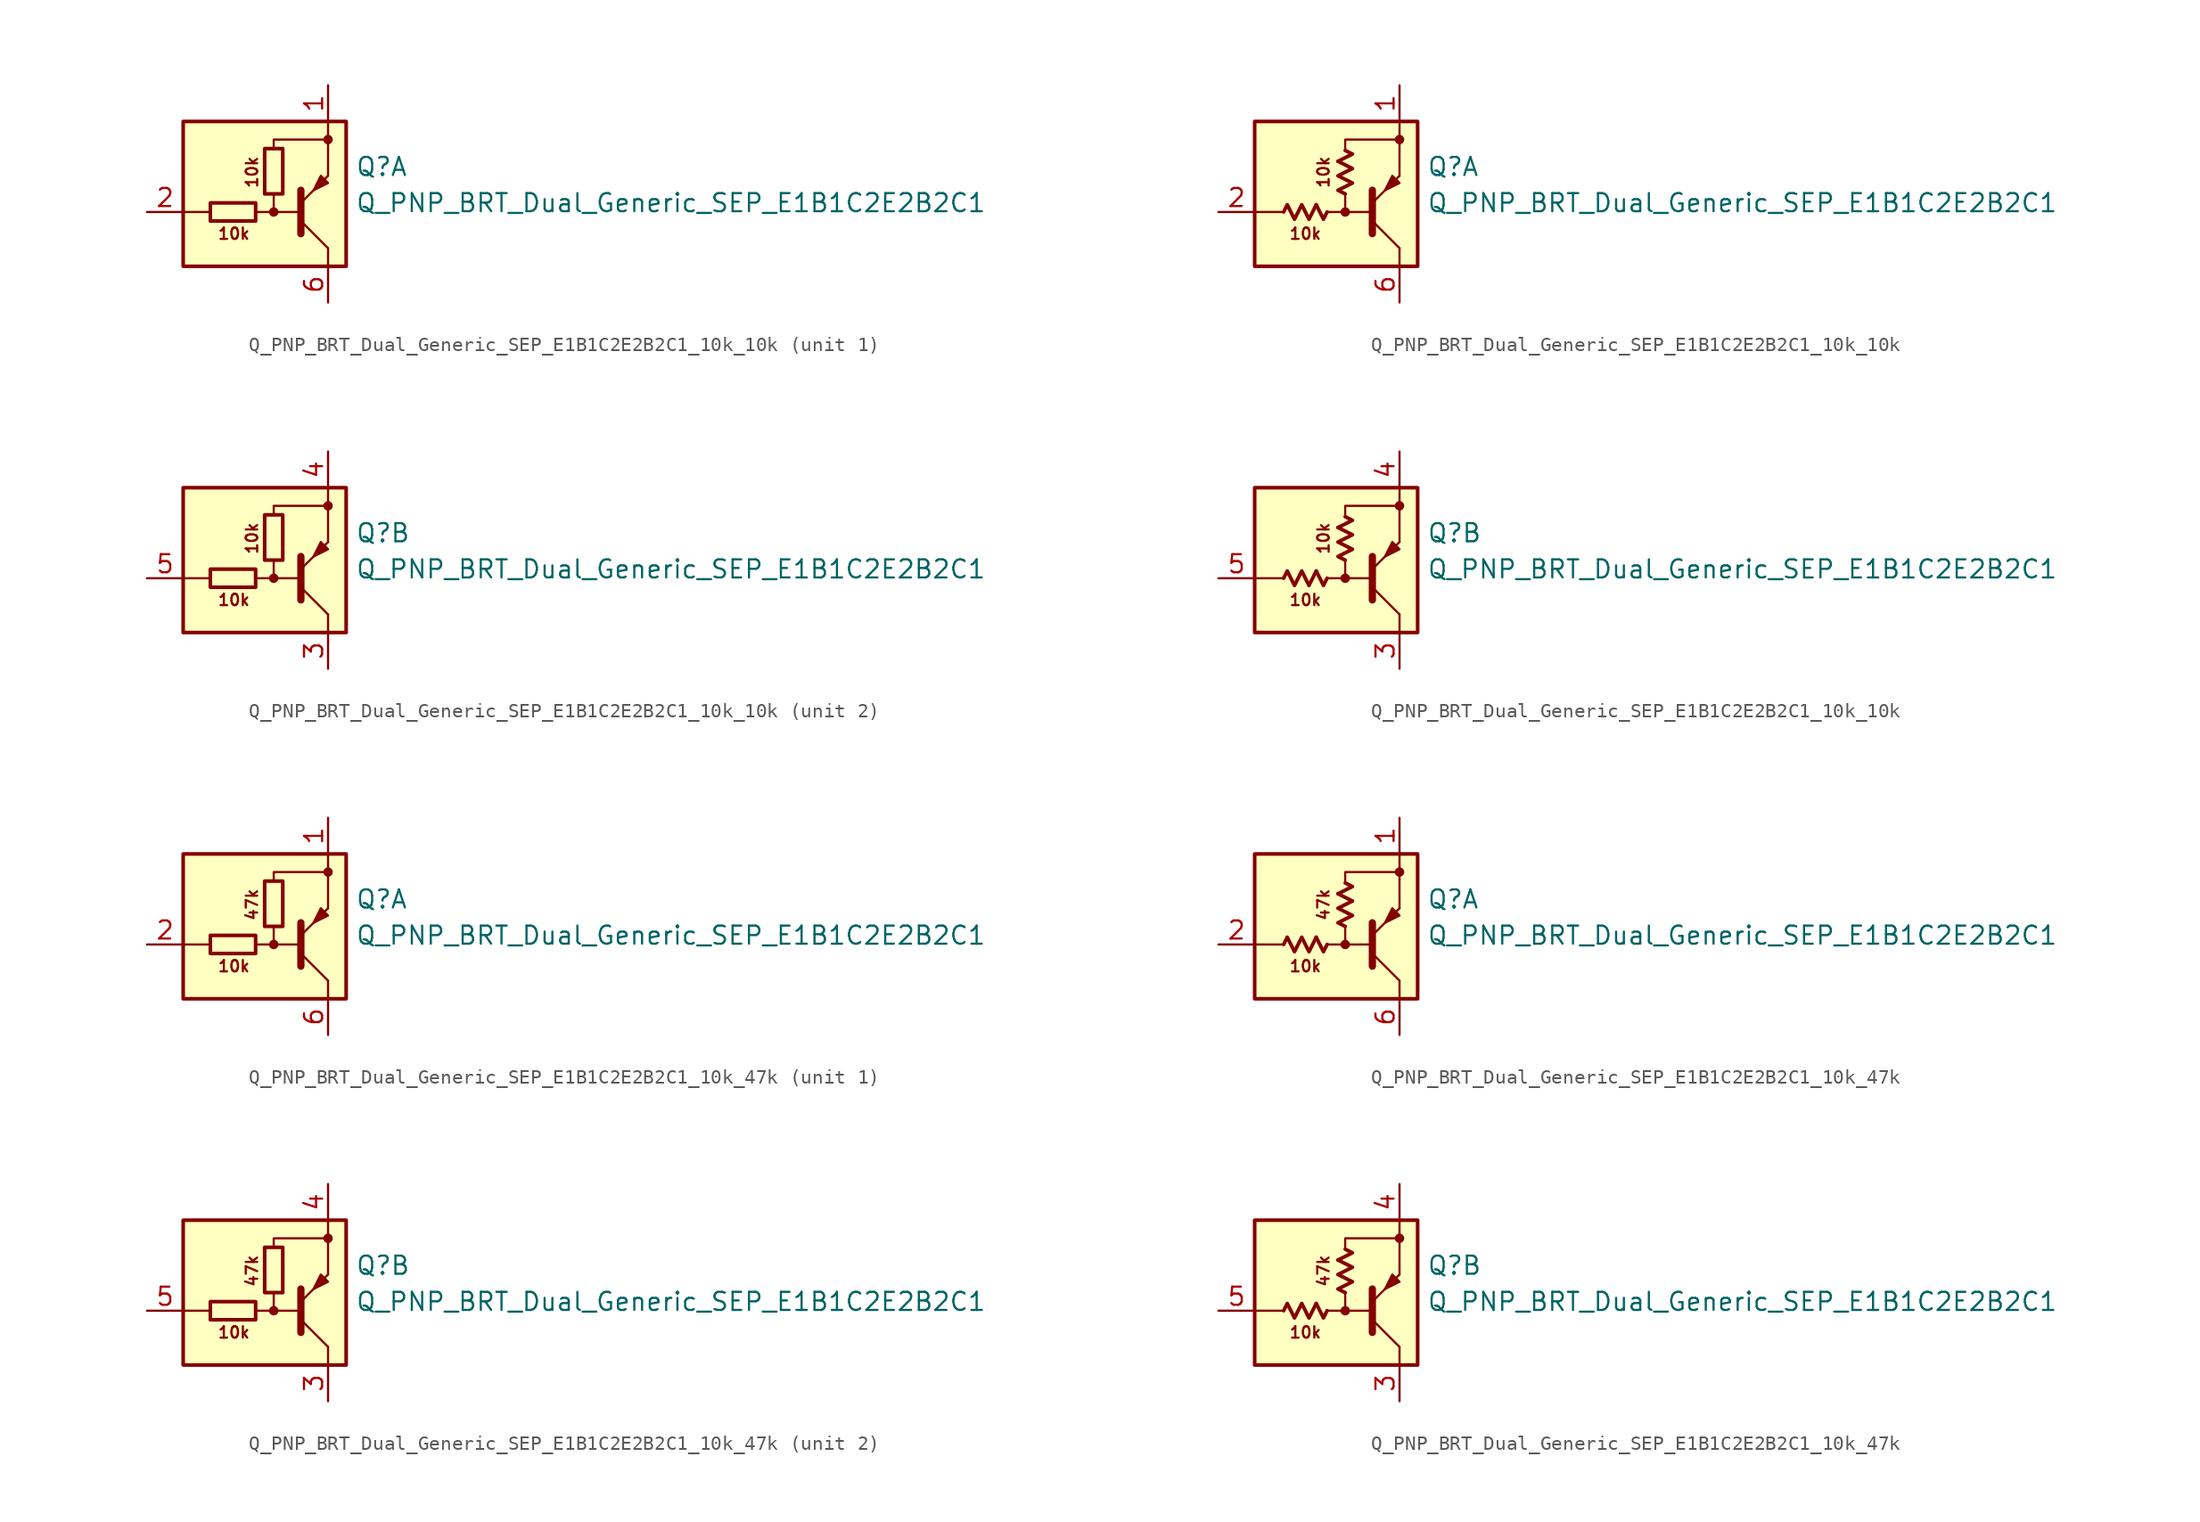
<source format=kicad_sym>
(kicad_symbol_lib
  (version 20220914)
  (generator kicad_symbol_editor)
  (symbol "Q_PNP_BRT_Dual_Generic_SEP_E1B1C2E2B2C1_10k_10k"
    (pin_names
      (offset 1.016) hide)
    (property "Reference" "Q"
      (at 5.715 1.905 0)
      (effects (font (size 1.27 1.27)) (justify left)))
    (property "Value" "Q_PNP_BRT_Dual_Generic_SEP_E1B1C2E2B2C1"
      (at 5.715 -0.635 0)
      (effects (font (size 1.27 1.27)) (justify left)))
    (property "ki_locked" ""
      (at 0 0 0)
      (effects (font (size 1.27 1.27))))
    (symbol "Q_PNP_BRT_Dual_Generic_SEP_E1B1C2E2B2C1_10k_10k_0_2"
      (polyline (pts (xy -2.032 -0.762) (xy -1.524 -1.778) (xy -1.27 -1.27)) (stroke (width 0.254) (type default)) (fill (type none)))
      (polyline (pts (xy -0.508 2.286) (xy 0.508 2.794) (xy 0 3.048)) (stroke (width 0.254) (type default)) (fill (type none)))
      (polyline (pts (xy -4.318 -1.27) (xy -4.064 -0.762) (xy -3.556 -1.778) (xy -3.048 -0.762) (xy -2.54 -1.778) (xy -2.032 -0.762)) (stroke (width 0.254) (type default)) (fill (type none)))
      (polyline (pts (xy 0 0) (xy -0.508 0.254) (xy 0.508 0.762) (xy -0.508 1.27) (xy 0.508 1.778) (xy -0.508 2.286)) (stroke (width 0.254) (type default)) (fill (type none))))
    (symbol "Q_PNP_BRT_Dual_Generic_SEP_E1B1C2E2B2C1_10k_10k_1_0"
      (rectangle (start -6.35 5.08) (end 5.08 -5.08) (stroke (width 0.254) (type default)) (fill (type background)))
      (circle (center 0 -1.27) (radius 0.254) (stroke (width 0) (type default)) (fill (type outline)))
      (polyline (pts (xy -4.445 -1.27) (xy -6.35 -1.27)) (stroke (width 0) (type default)) (fill (type none)))
      (polyline (pts (xy -0.254 -1.27) (xy 1.905 -1.27)) (stroke (width 0) (type default)) (fill (type none)))
      (polyline (pts (xy 1.905 -2.794) (xy 1.905 0.254)) (stroke (width 0.508) (type default)) (fill (type none)))
      (polyline (pts (xy 1.905 -1.905) (xy 3.81 -3.81)) (stroke (width 0) (type default)) (fill (type none)))
      (polyline (pts (xy 3.81 -3.81) (xy 3.81 -5.08)) (stroke (width 0) (type default)) (fill (type none)))
      (polyline (pts (xy 3.81 3.81) (xy 3.81 1.27)) (stroke (width 0) (type default)) (fill (type none)))
      (polyline (pts (xy 3.81 3.81) (xy 3.81 5.08)) (stroke (width 0) (type default)) (fill (type none)))
      (polyline (pts (xy -1.27 -1.27) (xy 0 -1.27) (xy 0 0)) (stroke (width 0) (type default)) (fill (type none)))
      (polyline (pts (xy 0 3.175) (xy 0 3.81) (xy 3.81 3.81)) (stroke (width 0) (type default)) (fill (type none)))
      (polyline (pts (xy 1.905 -0.635) (xy 3.81 1.27) (xy 3.81 1.27)) (stroke (width 0) (type default)) (fill (type none)))
      (polyline (pts (xy 3.81 0.762) (xy 3.302 1.27) (xy 2.794 0.254) (xy 3.81 0.762) (xy 3.81 0.762)) (stroke (width 0) (type default)) (fill (type outline)))
      (circle (center 3.81 3.81) (radius 0.254) (stroke (width 0) (type default)) (fill (type outline)))
      (text "10k" (at -2.794 -2.794 0) (effects (font (size 0.8 0.8))))
      (text "10k" (at -1.524 1.524 900) (effects (font (size 0.8 0.8)))))
    (symbol "Q_PNP_BRT_Dual_Generic_SEP_E1B1C2E2B2C1_10k_10k_1_1"
      (rectangle (start -1.27 -0.635) (end -4.445 -1.905) (stroke (width 0.254) (type default)) (fill (type none)))
      (rectangle (start 0.635 3.175) (end -0.635 0) (stroke (width 0.254) (type default)) (fill (type none)))
      (pin passive line (at 3.81 7.62 270) (length 2.54) (name "E1" (effects (font (size 1.27 1.27)))) (number "1" (effects (font (size 1.27 1.27)))))
      (pin input line (at -8.89 -1.27 0) (length 2.54) (name "B1" (effects (font (size 1.27 1.27)))) (number "2" (effects (font (size 1.27 1.27)))))
      (pin passive line (at 3.81 -7.62 90) (length 2.54) (name "C1" (effects (font (size 1.27 1.27)))) (number "6" (effects (font (size 1.27 1.27))))))
    (symbol "Q_PNP_BRT_Dual_Generic_SEP_E1B1C2E2B2C1_10k_10k_1_2"
      (pin passive line (at 3.81 7.62 270) (length 2.54) (name "E1" (effects (font (size 1.27 1.27)))) (number "1" (effects (font (size 1.27 1.27)))))
      (pin input line (at -8.89 -1.27 0) (length 2.54) (name "B1" (effects (font (size 1.27 1.27)))) (number "2" (effects (font (size 1.27 1.27)))))
      (pin passive line (at 3.81 -7.62 90) (length 2.54) (name "C1" (effects (font (size 1.27 1.27)))) (number "6" (effects (font (size 1.27 1.27))))))
    (symbol "Q_PNP_BRT_Dual_Generic_SEP_E1B1C2E2B2C1_10k_10k_2_0"
      (rectangle (start -6.35 5.08) (end 5.08 -5.08) (stroke (width 0.254) (type default)) (fill (type background)))
      (circle (center 0 -1.27) (radius 0.254) (stroke (width 0) (type default)) (fill (type outline)))
      (polyline (pts (xy -4.445 -1.27) (xy -6.35 -1.27)) (stroke (width 0) (type default)) (fill (type none)))
      (polyline (pts (xy -0.254 -1.27) (xy 1.905 -1.27)) (stroke (width 0) (type default)) (fill (type none)))
      (polyline (pts (xy 1.905 -2.794) (xy 1.905 0.254)) (stroke (width 0.508) (type default)) (fill (type none)))
      (polyline (pts (xy 1.905 -1.905) (xy 3.81 -3.81)) (stroke (width 0) (type default)) (fill (type none)))
      (polyline (pts (xy 3.81 -3.81) (xy 3.81 -5.08)) (stroke (width 0) (type default)) (fill (type none)))
      (polyline (pts (xy 3.81 3.81) (xy 3.81 1.27)) (stroke (width 0) (type default)) (fill (type none)))
      (polyline (pts (xy 3.81 3.81) (xy 3.81 5.08)) (stroke (width 0) (type default)) (fill (type none)))
      (polyline (pts (xy -1.27 -1.27) (xy 0 -1.27) (xy 0 0)) (stroke (width 0) (type default)) (fill (type none)))
      (polyline (pts (xy 0 3.175) (xy 0 3.81) (xy 3.81 3.81)) (stroke (width 0) (type default)) (fill (type none)))
      (polyline (pts (xy 1.905 -0.635) (xy 3.81 1.27) (xy 3.81 1.27)) (stroke (width 0) (type default)) (fill (type none)))
      (polyline (pts (xy 3.81 0.762) (xy 3.302 1.27) (xy 2.794 0.254) (xy 3.81 0.762) (xy 3.81 0.762)) (stroke (width 0) (type default)) (fill (type outline)))
      (circle (center 3.81 3.81) (radius 0.254) (stroke (width 0) (type default)) (fill (type outline)))
      (text "10k" (at -2.794 -2.794 0) (effects (font (size 0.8 0.8))))
      (text "10k" (at -1.524 1.524 900) (effects (font (size 0.8 0.8)))))
    (symbol "Q_PNP_BRT_Dual_Generic_SEP_E1B1C2E2B2C1_10k_10k_2_1"
      (rectangle (start -1.27 -0.635) (end -4.445 -1.905) (stroke (width 0.254) (type default)) (fill (type none)))
      (rectangle (start 0.635 3.175) (end -0.635 0) (stroke (width 0.254) (type default)) (fill (type none)))
      (pin passive line (at 3.81 -7.62 90) (length 2.54) (name "C2" (effects (font (size 1.27 1.27)))) (number "3" (effects (font (size 1.27 1.27)))))
      (pin passive line (at 3.81 7.62 270) (length 2.54) (name "E2" (effects (font (size 1.27 1.27)))) (number "4" (effects (font (size 1.27 1.27)))))
      (pin input line (at -8.89 -1.27 0) (length 2.54) (name "B2" (effects (font (size 1.27 1.27)))) (number "5" (effects (font (size 1.27 1.27))))))
    (symbol "Q_PNP_BRT_Dual_Generic_SEP_E1B1C2E2B2C1_10k_10k_2_2"
      (pin passive line (at 3.81 -7.62 90) (length 2.54) (name "C2" (effects (font (size 1.27 1.27)))) (number "3" (effects (font (size 1.27 1.27)))))
      (pin passive line (at 3.81 7.62 270) (length 2.54) (name "E2" (effects (font (size 1.27 1.27)))) (number "4" (effects (font (size 1.27 1.27)))))
      (pin input line (at -8.89 -1.27 0) (length 2.54) (name "B2" (effects (font (size 1.27 1.27)))) (number "5" (effects (font (size 1.27 1.27)))))))
  (symbol "Q_PNP_BRT_Dual_Generic_SEP_E1B1C2E2B2C1_10k_47k"
    (pin_names
      (offset 1.016) hide)
    (property "Reference" "Q"
      (at 5.715 1.905 0)
      (effects (font (size 1.27 1.27)) (justify left)))
    (property "Value" "Q_PNP_BRT_Dual_Generic_SEP_E1B1C2E2B2C1"
      (at 5.715 -0.635 0)
      (effects (font (size 1.27 1.27)) (justify left)))
    (property "ki_locked" ""
      (at 0 0 0)
      (effects (font (size 1.27 1.27))))
    (symbol "Q_PNP_BRT_Dual_Generic_SEP_E1B1C2E2B2C1_10k_47k_0_2"
      (polyline (pts (xy -2.032 -0.762) (xy -1.524 -1.778) (xy -1.27 -1.27)) (stroke (width 0.254) (type default)) (fill (type none)))
      (polyline (pts (xy -0.508 2.286) (xy 0.508 2.794) (xy 0 3.048)) (stroke (width 0.254) (type default)) (fill (type none)))
      (polyline (pts (xy -4.318 -1.27) (xy -4.064 -0.762) (xy -3.556 -1.778) (xy -3.048 -0.762) (xy -2.54 -1.778) (xy -2.032 -0.762)) (stroke (width 0.254) (type default)) (fill (type none)))
      (polyline (pts (xy 0 0) (xy -0.508 0.254) (xy 0.508 0.762) (xy -0.508 1.27) (xy 0.508 1.778) (xy -0.508 2.286)) (stroke (width 0.254) (type default)) (fill (type none))))
    (symbol "Q_PNP_BRT_Dual_Generic_SEP_E1B1C2E2B2C1_10k_47k_1_0"
      (rectangle (start -6.35 5.08) (end 5.08 -5.08) (stroke (width 0.254) (type default)) (fill (type background)))
      (circle (center 0 -1.27) (radius 0.254) (stroke (width 0) (type default)) (fill (type outline)))
      (polyline (pts (xy -4.445 -1.27) (xy -6.35 -1.27)) (stroke (width 0) (type default)) (fill (type none)))
      (polyline (pts (xy -0.254 -1.27) (xy 1.905 -1.27)) (stroke (width 0) (type default)) (fill (type none)))
      (polyline (pts (xy 1.905 -2.794) (xy 1.905 0.254)) (stroke (width 0.508) (type default)) (fill (type none)))
      (polyline (pts (xy 1.905 -1.905) (xy 3.81 -3.81)) (stroke (width 0) (type default)) (fill (type none)))
      (polyline (pts (xy 3.81 -3.81) (xy 3.81 -5.08)) (stroke (width 0) (type default)) (fill (type none)))
      (polyline (pts (xy 3.81 3.81) (xy 3.81 1.27)) (stroke (width 0) (type default)) (fill (type none)))
      (polyline (pts (xy 3.81 3.81) (xy 3.81 5.08)) (stroke (width 0) (type default)) (fill (type none)))
      (polyline (pts (xy -1.27 -1.27) (xy 0 -1.27) (xy 0 0)) (stroke (width 0) (type default)) (fill (type none)))
      (polyline (pts (xy 0 3.175) (xy 0 3.81) (xy 3.81 3.81)) (stroke (width 0) (type default)) (fill (type none)))
      (polyline (pts (xy 1.905 -0.635) (xy 3.81 1.27) (xy 3.81 1.27)) (stroke (width 0) (type default)) (fill (type none)))
      (polyline (pts (xy 3.81 0.762) (xy 3.302 1.27) (xy 2.794 0.254) (xy 3.81 0.762) (xy 3.81 0.762)) (stroke (width 0) (type default)) (fill (type outline)))
      (circle (center 3.81 3.81) (radius 0.254) (stroke (width 0) (type default)) (fill (type outline)))
      (text "10k" (at -2.794 -2.794 0) (effects (font (size 0.8 0.8))))
      (text "47k" (at -1.524 1.524 900) (effects (font (size 0.8 0.8)))))
    (symbol "Q_PNP_BRT_Dual_Generic_SEP_E1B1C2E2B2C1_10k_47k_1_1"
      (rectangle (start -1.27 -0.635) (end -4.445 -1.905) (stroke (width 0.254) (type default)) (fill (type none)))
      (rectangle (start 0.635 3.175) (end -0.635 0) (stroke (width 0.254) (type default)) (fill (type none)))
      (pin passive line (at 3.81 7.62 270) (length 2.54) (name "E1" (effects (font (size 1.27 1.27)))) (number "1" (effects (font (size 1.27 1.27)))))
      (pin input line (at -8.89 -1.27 0) (length 2.54) (name "B1" (effects (font (size 1.27 1.27)))) (number "2" (effects (font (size 1.27 1.27)))))
      (pin passive line (at 3.81 -7.62 90) (length 2.54) (name "C1" (effects (font (size 1.27 1.27)))) (number "6" (effects (font (size 1.27 1.27))))))
    (symbol "Q_PNP_BRT_Dual_Generic_SEP_E1B1C2E2B2C1_10k_47k_1_2"
      (pin passive line (at 3.81 7.62 270) (length 2.54) (name "E1" (effects (font (size 1.27 1.27)))) (number "1" (effects (font (size 1.27 1.27)))))
      (pin input line (at -8.89 -1.27 0) (length 2.54) (name "B1" (effects (font (size 1.27 1.27)))) (number "2" (effects (font (size 1.27 1.27)))))
      (pin passive line (at 3.81 -7.62 90) (length 2.54) (name "C1" (effects (font (size 1.27 1.27)))) (number "6" (effects (font (size 1.27 1.27))))))
    (symbol "Q_PNP_BRT_Dual_Generic_SEP_E1B1C2E2B2C1_10k_47k_2_0"
      (rectangle (start -6.35 5.08) (end 5.08 -5.08) (stroke (width 0.254) (type default)) (fill (type background)))
      (circle (center 0 -1.27) (radius 0.254) (stroke (width 0) (type default)) (fill (type outline)))
      (polyline (pts (xy -4.445 -1.27) (xy -6.35 -1.27)) (stroke (width 0) (type default)) (fill (type none)))
      (polyline (pts (xy -0.254 -1.27) (xy 1.905 -1.27)) (stroke (width 0) (type default)) (fill (type none)))
      (polyline (pts (xy 1.905 -2.794) (xy 1.905 0.254)) (stroke (width 0.508) (type default)) (fill (type none)))
      (polyline (pts (xy 1.905 -1.905) (xy 3.81 -3.81)) (stroke (width 0) (type default)) (fill (type none)))
      (polyline (pts (xy 3.81 -3.81) (xy 3.81 -5.08)) (stroke (width 0) (type default)) (fill (type none)))
      (polyline (pts (xy 3.81 3.81) (xy 3.81 1.27)) (stroke (width 0) (type default)) (fill (type none)))
      (polyline (pts (xy 3.81 3.81) (xy 3.81 5.08)) (stroke (width 0) (type default)) (fill (type none)))
      (polyline (pts (xy -1.27 -1.27) (xy 0 -1.27) (xy 0 0)) (stroke (width 0) (type default)) (fill (type none)))
      (polyline (pts (xy 0 3.175) (xy 0 3.81) (xy 3.81 3.81)) (stroke (width 0) (type default)) (fill (type none)))
      (polyline (pts (xy 1.905 -0.635) (xy 3.81 1.27) (xy 3.81 1.27)) (stroke (width 0) (type default)) (fill (type none)))
      (polyline (pts (xy 3.81 0.762) (xy 3.302 1.27) (xy 2.794 0.254) (xy 3.81 0.762) (xy 3.81 0.762)) (stroke (width 0) (type default)) (fill (type outline)))
      (circle (center 3.81 3.81) (radius 0.254) (stroke (width 0) (type default)) (fill (type outline)))
      (text "10k" (at -2.794 -2.794 0) (effects (font (size 0.8 0.8))))
      (text "47k" (at -1.524 1.524 900) (effects (font (size 0.8 0.8)))))
    (symbol "Q_PNP_BRT_Dual_Generic_SEP_E1B1C2E2B2C1_10k_47k_2_1"
      (rectangle (start -1.27 -0.635) (end -4.445 -1.905) (stroke (width 0.254) (type default)) (fill (type none)))
      (rectangle (start 0.635 3.175) (end -0.635 0) (stroke (width 0.254) (type default)) (fill (type none)))
      (pin passive line (at 3.81 -7.62 90) (length 2.54) (name "C2" (effects (font (size 1.27 1.27)))) (number "3" (effects (font (size 1.27 1.27)))))
      (pin passive line (at 3.81 7.62 270) (length 2.54) (name "E2" (effects (font (size 1.27 1.27)))) (number "4" (effects (font (size 1.27 1.27)))))
      (pin input line (at -8.89 -1.27 0) (length 2.54) (name "B2" (effects (font (size 1.27 1.27)))) (number "5" (effects (font (size 1.27 1.27))))))
    (symbol "Q_PNP_BRT_Dual_Generic_SEP_E1B1C2E2B2C1_10k_47k_2_2"
      (pin passive line (at 3.81 -7.62 90) (length 2.54) (name "C2" (effects (font (size 1.27 1.27)))) (number "3" (effects (font (size 1.27 1.27)))))
      (pin passive line (at 3.81 7.62 270) (length 2.54) (name "E2" (effects (font (size 1.27 1.27)))) (number "4" (effects (font (size 1.27 1.27)))))
      (pin input line (at -8.89 -1.27 0) (length 2.54) (name "B2" (effects (font (size 1.27 1.27)))) (number "5" (effects (font (size 1.27 1.27))))))))
</source>
